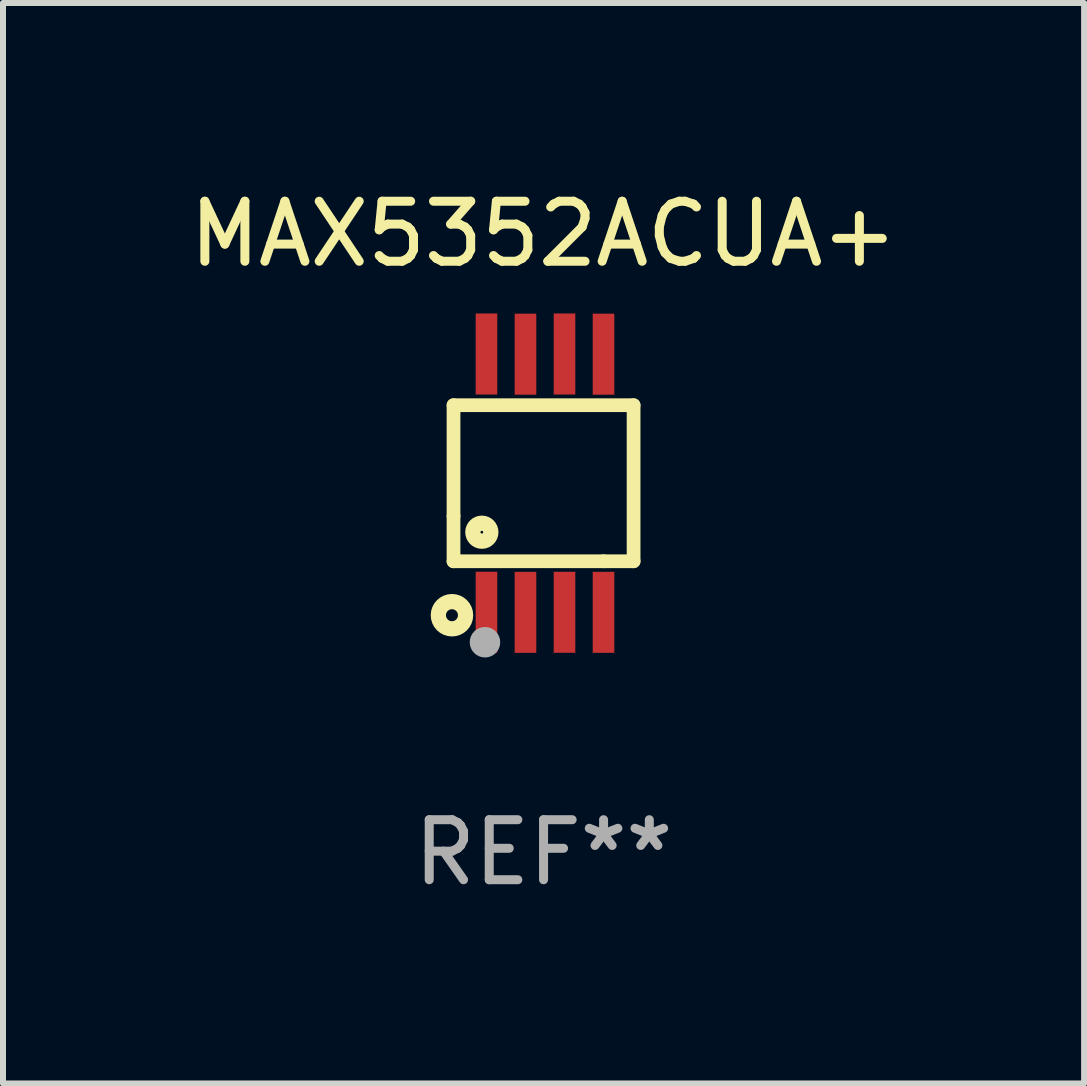
<source format=kicad_pcb>
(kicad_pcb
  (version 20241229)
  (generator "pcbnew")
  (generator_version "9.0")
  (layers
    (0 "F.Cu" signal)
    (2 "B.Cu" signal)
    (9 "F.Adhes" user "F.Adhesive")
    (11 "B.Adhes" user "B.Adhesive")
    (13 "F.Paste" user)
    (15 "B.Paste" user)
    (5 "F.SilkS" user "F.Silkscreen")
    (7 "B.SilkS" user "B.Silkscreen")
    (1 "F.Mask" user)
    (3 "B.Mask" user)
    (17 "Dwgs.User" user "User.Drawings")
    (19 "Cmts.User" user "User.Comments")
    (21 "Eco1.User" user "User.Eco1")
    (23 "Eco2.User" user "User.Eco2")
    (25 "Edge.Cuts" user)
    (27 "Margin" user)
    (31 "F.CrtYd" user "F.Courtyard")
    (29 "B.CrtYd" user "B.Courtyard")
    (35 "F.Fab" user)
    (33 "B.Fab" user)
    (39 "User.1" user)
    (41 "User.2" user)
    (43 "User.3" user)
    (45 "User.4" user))
  (footprint "MAX5352ACUA+"
    (layer "F.Cu")
    (at 6.006 5)
    (property "Reference" "MAX5352ACUA+" (at 0 -4.152 0) (layer "F.SilkS") (effects (font (size 1 1) (thickness 0.15))))
    (attr through_hole)
    (fp_line (start -1.5 1.301) (end 1 1.301) (stroke (width 0.229) (type solid)) (layer "F.SilkS"))
    (fp_line (start -1.5 -1.299) (end -1.5 0.551) (stroke (width 0.229) (type solid)) (layer "F.SilkS"))
    (fp_line (start -1.5 0.551) (end -1.5 1.301) (stroke (width 0.229) (type solid)) (layer "F.SilkS"))
    (fp_line (start 1 1.301) (end 1.5 1.301) (stroke (width 0.229) (type solid)) (layer "F.SilkS"))
    (fp_line (start 1.5 1.301) (end 1.5 -1.299) (stroke (width 0.229) (type solid)) (layer "F.SilkS"))
    (fp_line (start 1.5 -1.299) (end -1.5 -1.299) (stroke (width 0.229) (type solid)) (layer "F.SilkS"))
    (fp_circle (center -1.526 2.2) (end -1.426 2.2) (stroke (width 0.254) (type solid)) (fill no) (layer "F.SilkS"))
    (fp_circle (center -1.476 2.45) (end -1.446 2.45) (stroke (width 0.06) (type solid)) (fill no) (layer "F.SilkS"))
    (fp_circle (center -1.028 0.817) (end -0.878 0.817) (stroke (width 0.254) (type solid)) (fill no) (layer "F.SilkS"))
    (fp_circle (center -0.976 2.65) (end -0.849 2.65) (stroke (width 0.254) (type solid)) (fill no) (layer "F.Fab"))
    (fp_text user "REF**" (at 0 6.152 0) (layer "F.Fab") (effects (font (size 1 1) (thickness 0.15))))
    (pad "1" smd rect (at -0.951 2.15) (size 0.36 1.35) (layers "F.Cu" "F.Mask" "F.Paste"))
    (pad "2" smd rect (at -0.301 2.152) (size 0.36 1.35) (layers "F.Cu" "F.Mask" "F.Paste"))
    (pad "3" smd rect (at 0.349 2.151) (size 0.36 1.35) (layers "F.Cu" "F.Mask" "F.Paste"))
    (pad "4" smd rect (at 0.999 2.152) (size 0.36 1.35) (layers "F.Cu" "F.Mask" "F.Paste"))
    (pad "5" smd rect (at 0.999 -2.149) (size 0.36 1.35) (layers "F.Cu" "F.Mask" "F.Paste"))
    (pad "6" smd rect (at 0.349 -2.152) (size 0.36 1.35) (layers "F.Cu" "F.Mask" "F.Paste"))
    (pad "7" smd rect (at -0.301 -2.149) (size 0.36 1.35) (layers "F.Cu" "F.Mask" "F.Paste"))
    (pad "8" smd rect (at -0.951 -2.152) (size 0.36 1.35) (layers "F.Cu" "F.Mask" "F.Paste")))
  (gr_rect
    (start -3 -3)
    (end 15.012 15.001)
    (stroke (width 0.1) (type default))
    (fill no)
    (layer "Edge.Cuts")))
</source>
